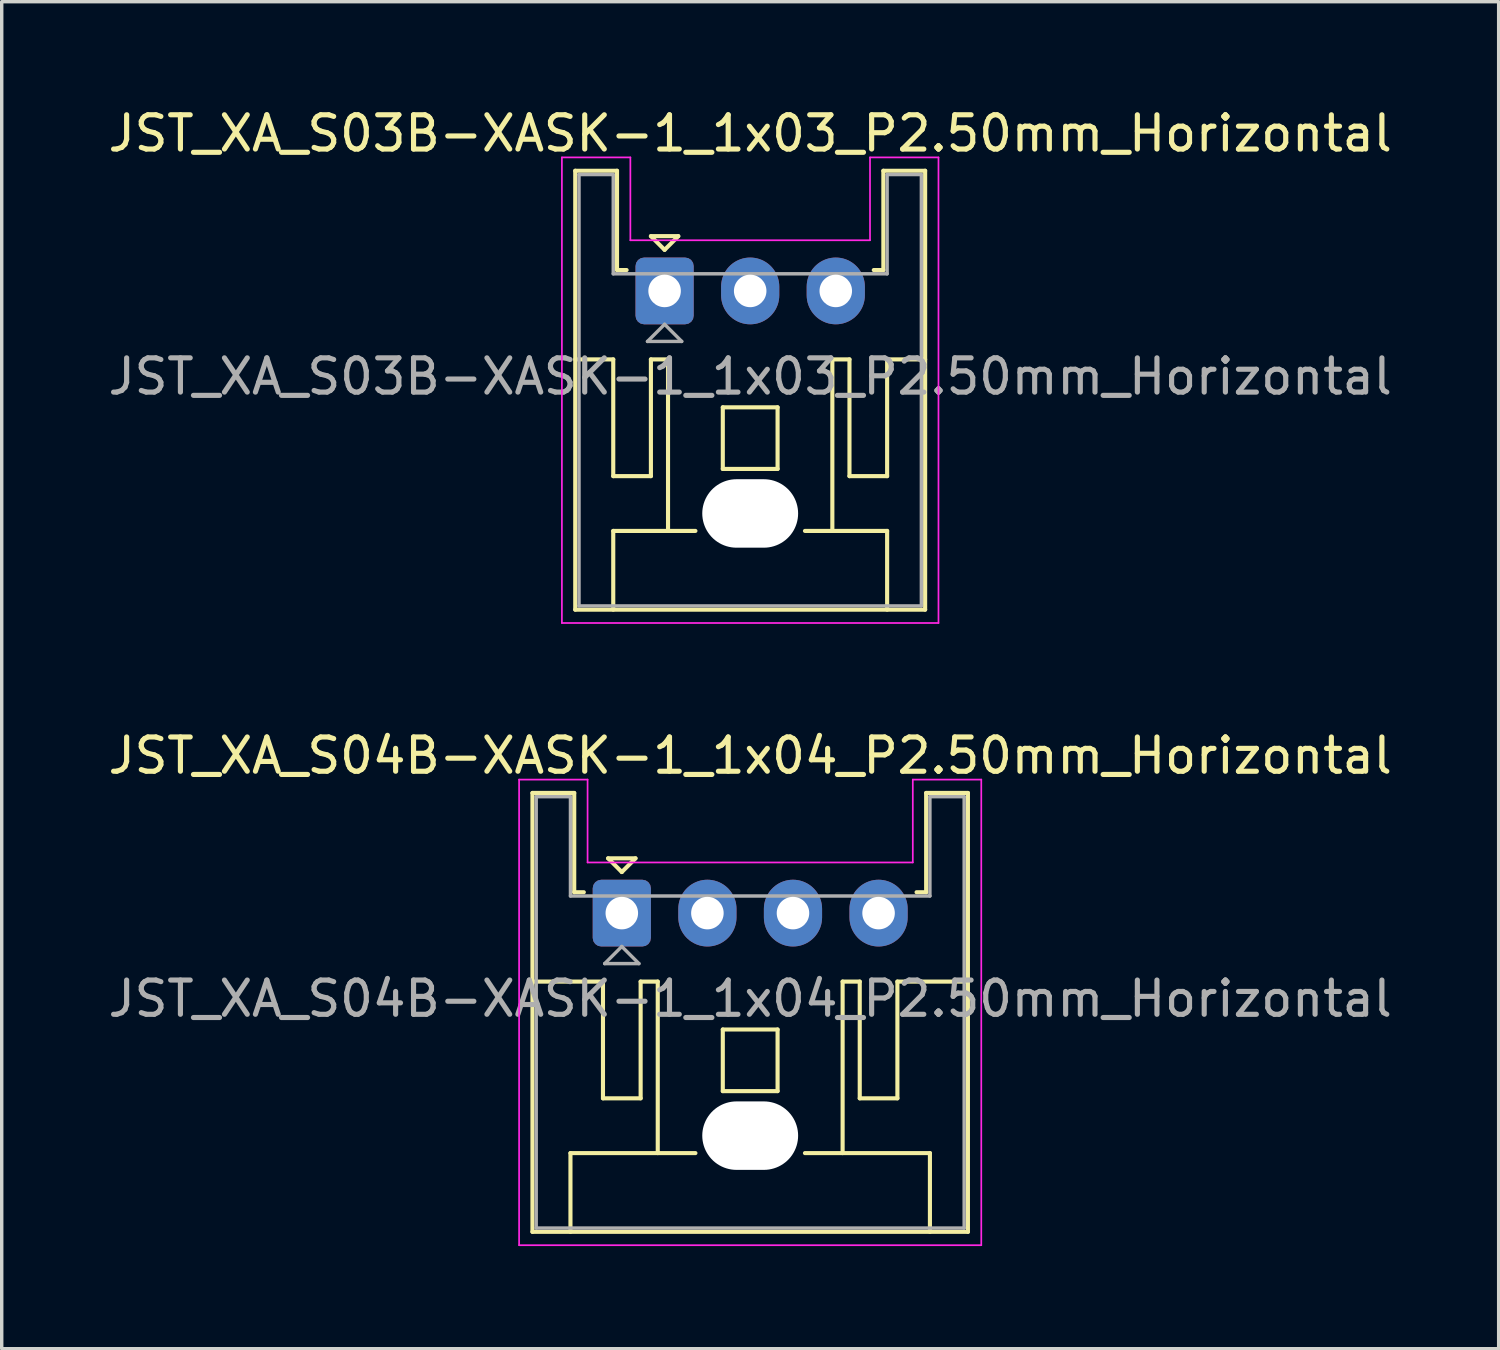
<source format=kicad_pcb>
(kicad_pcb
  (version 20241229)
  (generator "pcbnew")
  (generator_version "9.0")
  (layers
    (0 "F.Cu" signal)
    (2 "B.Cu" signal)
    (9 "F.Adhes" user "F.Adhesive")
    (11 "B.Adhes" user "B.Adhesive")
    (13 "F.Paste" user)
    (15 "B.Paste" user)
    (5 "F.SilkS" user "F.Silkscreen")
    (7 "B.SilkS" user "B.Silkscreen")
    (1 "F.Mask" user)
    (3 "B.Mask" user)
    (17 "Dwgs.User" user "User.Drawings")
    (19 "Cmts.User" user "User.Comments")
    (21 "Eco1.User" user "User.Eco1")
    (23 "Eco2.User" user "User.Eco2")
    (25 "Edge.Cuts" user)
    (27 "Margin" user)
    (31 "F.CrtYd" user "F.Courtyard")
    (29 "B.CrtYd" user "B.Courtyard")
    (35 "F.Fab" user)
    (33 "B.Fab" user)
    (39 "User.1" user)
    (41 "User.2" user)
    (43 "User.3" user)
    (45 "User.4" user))
  (footprint "JST_XA_S04B-XASK-1_1x04_P2.50mm_Horizontal"
    (layer "F.Cu")
    (at 15.113 23.622)
    (property "Reference" "JST_XA_S04B-XASK-1_1x04_P2.50mm_Horizontal" (at 3.75 -4.6 0) (layer "F.SilkS") (effects (font (size 1 1) (thickness 0.15))))
    (attr through_hole)
    (fp_line (start -2.61 -3.51) (end -2.61 9.31) (stroke (width 0.12) (type solid)) (layer "F.SilkS"))
    (fp_line (start -2.61 9.31) (end 10.11 9.31) (stroke (width 0.12) (type solid)) (layer "F.SilkS"))
    (fp_line (start -1.5 7.01) (end 2.15 7.01) (stroke (width 0.12) (type solid)) (layer "F.SilkS"))
    (fp_line (start -1.5 9.31) (end -1.5 7.01) (stroke (width 0.12) (type solid)) (layer "F.SilkS"))
    (fp_line (start -1.39 -3.51) (end -2.61 -3.51) (stroke (width 0.12) (type solid)) (layer "F.SilkS"))
    (fp_line (start -1.39 -0.61) (end -1.39 -3.51) (stroke (width 0.12) (type solid)) (layer "F.SilkS"))
    (fp_line (start -1.11 -0.61) (end -1.39 -0.61) (stroke (width 0.12) (type solid)) (layer "F.SilkS"))
    (fp_line (start -0.55 2) (end -2.61 2) (stroke (width 0.12) (type solid)) (layer "F.SilkS"))
    (fp_line (start -0.55 5.41) (end -0.55 2) (stroke (width 0.12) (type solid)) (layer "F.SilkS"))
    (fp_line (start -0.4 -1.6) (end 0.4 -1.6) (stroke (width 0.12) (type solid)) (layer "F.SilkS"))
    (fp_line (start 0 -1.2) (end -0.4 -1.6) (stroke (width 0.12) (type solid)) (layer "F.SilkS"))
    (fp_line (start 0.4 -1.6) (end 0 -1.2) (stroke (width 0.12) (type solid)) (layer "F.SilkS"))
    (fp_line (start 0.55 2) (end 0.55 5.41) (stroke (width 0.12) (type solid)) (layer "F.SilkS"))
    (fp_line (start 0.55 5.41) (end -0.55 5.41) (stroke (width 0.12) (type solid)) (layer "F.SilkS"))
    (fp_line (start 1.05 2) (end 0.55 2) (stroke (width 0.12) (type solid)) (layer "F.SilkS"))
    (fp_line (start 1.05 7.01) (end 1.05 2) (stroke (width 0.12) (type solid)) (layer "F.SilkS"))
    (fp_line (start 2.95 3.4) (end 4.55 3.4) (stroke (width 0.12) (type solid)) (layer "F.SilkS"))
    (fp_line (start 2.95 5.2) (end 2.95 3.4) (stroke (width 0.12) (type solid)) (layer "F.SilkS"))
    (fp_line (start 4.55 3.4) (end 4.55 5.2) (stroke (width 0.12) (type solid)) (layer "F.SilkS"))
    (fp_line (start 4.55 5.2) (end 2.95 5.2) (stroke (width 0.12) (type solid)) (layer "F.SilkS"))
    (fp_line (start 5.35 7.01) (end 9 7.01) (stroke (width 0.12) (type solid)) (layer "F.SilkS"))
    (fp_line (start 6.45 2) (end 6.95 2) (stroke (width 0.12) (type solid)) (layer "F.SilkS"))
    (fp_line (start 6.45 7.01) (end 6.45 2) (stroke (width 0.12) (type solid)) (layer "F.SilkS"))
    (fp_line (start 6.95 2) (end 6.95 5.41) (stroke (width 0.12) (type solid)) (layer "F.SilkS"))
    (fp_line (start 6.95 5.41) (end 8.05 5.41) (stroke (width 0.12) (type solid)) (layer "F.SilkS"))
    (fp_line (start 8.05 2) (end 10.11 2) (stroke (width 0.12) (type solid)) (layer "F.SilkS"))
    (fp_line (start 8.05 5.41) (end 8.05 2) (stroke (width 0.12) (type solid)) (layer "F.SilkS"))
    (fp_line (start 8.89 -3.51) (end 8.89 -0.61) (stroke (width 0.12) (type solid)) (layer "F.SilkS"))
    (fp_line (start 8.89 -0.61) (end 8.61 -0.61) (stroke (width 0.12) (type solid)) (layer "F.SilkS"))
    (fp_line (start 9 7.01) (end 9 9.31) (stroke (width 0.12) (type solid)) (layer "F.SilkS"))
    (fp_line (start 10.11 -3.51) (end 8.89 -3.51) (stroke (width 0.12) (type solid)) (layer "F.SilkS"))
    (fp_line (start 10.11 9.31) (end 10.11 -3.51) (stroke (width 0.12) (type solid)) (layer "F.SilkS"))
    (fp_line (start -3 -3.9) (end -3 9.7) (stroke (width 0.05) (type solid)) (layer "F.CrtYd"))
    (fp_line (start -3 9.7) (end 10.5 9.7) (stroke (width 0.05) (type solid)) (layer "F.CrtYd"))
    (fp_line (start -1 -3.9) (end -3 -3.9) (stroke (width 0.05) (type solid)) (layer "F.CrtYd"))
    (fp_line (start -1 -1.48) (end -1 -3.9) (stroke (width 0.05) (type solid)) (layer "F.CrtYd"))
    (fp_line (start 8.5 -3.9) (end 8.5 -1.48) (stroke (width 0.05) (type solid)) (layer "F.CrtYd"))
    (fp_line (start 8.5 -1.48) (end -1 -1.48) (stroke (width 0.05) (type solid)) (layer "F.CrtYd"))
    (fp_line (start 10.5 -3.9) (end 8.5 -3.9) (stroke (width 0.05) (type solid)) (layer "F.CrtYd"))
    (fp_line (start 10.5 9.7) (end 10.5 -3.9) (stroke (width 0.05) (type solid)) (layer "F.CrtYd"))
    (fp_line (start -2.5 -3.4) (end -2.5 9.2) (stroke (width 0.1) (type solid)) (layer "F.Fab"))
    (fp_line (start -2.5 9.2) (end 10 9.2) (stroke (width 0.1) (type solid)) (layer "F.Fab"))
    (fp_line (start -1.5 -3.4) (end -2.5 -3.4) (stroke (width 0.1) (type solid)) (layer "F.Fab"))
    (fp_line (start -1.5 -0.5) (end -1.5 -3.4) (stroke (width 0.1) (type solid)) (layer "F.Fab"))
    (fp_line (start -0.5 1.475) (end 0.5 1.475) (stroke (width 0.1) (type solid)) (layer "F.Fab"))
    (fp_line (start 0 0.975) (end -0.5 1.475) (stroke (width 0.1) (type solid)) (layer "F.Fab"))
    (fp_line (start 0.5 1.475) (end 0 0.975) (stroke (width 0.1) (type solid)) (layer "F.Fab"))
    (fp_line (start 9 -3.4) (end 9 -0.5) (stroke (width 0.1) (type solid)) (layer "F.Fab"))
    (fp_line (start 9 -0.5) (end -1.5 -0.5) (stroke (width 0.1) (type solid)) (layer "F.Fab"))
    (fp_line (start 10 -3.4) (end 9 -3.4) (stroke (width 0.1) (type solid)) (layer "F.Fab"))
    (fp_line (start 10 9.2) (end 10 -3.4) (stroke (width 0.1) (type solid)) (layer "F.Fab"))
    (fp_text user "${REFERENCE}" (at 3.75 2.5 0) (layer "F.Fab") (effects (font (size 1 1) (thickness 0.15))))
    (pad "" np_thru_hole oval (at 3.75 6.5) (size 2.8 2) (drill oval 2.8 2) (layers "*.Cu" "*.Mask"))
    (pad "1" thru_hole roundrect (at 0 0) (size 1.7 1.95) (drill 0.95) (layers "*.Cu" "*.Mask") (roundrect_rratio 0.147))
    (pad "2" thru_hole oval (at 2.5 0) (size 1.7 1.95) (drill 0.95) (layers "*.Cu" "*.Mask"))
    (pad "3" thru_hole oval (at 5 0) (size 1.7 1.95) (drill 0.95) (layers "*.Cu" "*.Mask"))
    (pad "4" thru_hole oval (at 7.5 0) (size 1.7 1.95) (drill 0.95) (layers "*.Cu" "*.Mask")))
  (footprint "JST_XA_S03B-XASK-1_1x03_P2.50mm_Horizontal"
    (layer "F.Cu")
    (at 16.363 5.448)
    (property "Reference" "JST_XA_S03B-XASK-1_1x03_P2.50mm_Horizontal" (at 2.5 -4.6 0) (layer "F.SilkS") (effects (font (size 1 1) (thickness 0.15))))
    (attr through_hole)
    (fp_line (start -2.61 -3.51) (end -2.61 9.31) (stroke (width 0.12) (type solid)) (layer "F.SilkS"))
    (fp_line (start -2.61 9.31) (end 7.61 9.31) (stroke (width 0.12) (type solid)) (layer "F.SilkS"))
    (fp_line (start -1.5 2) (end -2.61 2) (stroke (width 0.12) (type solid)) (layer "F.SilkS"))
    (fp_line (start -1.5 5.41) (end -1.5 2) (stroke (width 0.12) (type solid)) (layer "F.SilkS"))
    (fp_line (start -1.5 7.01) (end 0.9 7.01) (stroke (width 0.12) (type solid)) (layer "F.SilkS"))
    (fp_line (start -1.5 9.31) (end -1.5 7.01) (stroke (width 0.12) (type solid)) (layer "F.SilkS"))
    (fp_line (start -1.39 -3.51) (end -2.61 -3.51) (stroke (width 0.12) (type solid)) (layer "F.SilkS"))
    (fp_line (start -1.39 -0.61) (end -1.39 -3.51) (stroke (width 0.12) (type solid)) (layer "F.SilkS"))
    (fp_line (start -1.11 -0.61) (end -1.39 -0.61) (stroke (width 0.12) (type solid)) (layer "F.SilkS"))
    (fp_line (start -0.4 -1.6) (end 0.4 -1.6) (stroke (width 0.12) (type solid)) (layer "F.SilkS"))
    (fp_line (start -0.4 2) (end -0.4 5.41) (stroke (width 0.12) (type solid)) (layer "F.SilkS"))
    (fp_line (start -0.4 5.41) (end -1.5 5.41) (stroke (width 0.12) (type solid)) (layer "F.SilkS"))
    (fp_line (start 0 -1.2) (end -0.4 -1.6) (stroke (width 0.12) (type solid)) (layer "F.SilkS"))
    (fp_line (start 0.1 2) (end -0.4 2) (stroke (width 0.12) (type solid)) (layer "F.SilkS"))
    (fp_line (start 0.1 7.01) (end 0.1 2) (stroke (width 0.12) (type solid)) (layer "F.SilkS"))
    (fp_line (start 0.4 -1.6) (end 0 -1.2) (stroke (width 0.12) (type solid)) (layer "F.SilkS"))
    (fp_line (start 1.7 3.4) (end 3.3 3.4) (stroke (width 0.12) (type solid)) (layer "F.SilkS"))
    (fp_line (start 1.7 5.2) (end 1.7 3.4) (stroke (width 0.12) (type solid)) (layer "F.SilkS"))
    (fp_line (start 3.3 3.4) (end 3.3 5.2) (stroke (width 0.12) (type solid)) (layer "F.SilkS"))
    (fp_line (start 3.3 5.2) (end 1.7 5.2) (stroke (width 0.12) (type solid)) (layer "F.SilkS"))
    (fp_line (start 4.1 7.01) (end 6.5 7.01) (stroke (width 0.12) (type solid)) (layer "F.SilkS"))
    (fp_line (start 4.9 2) (end 5.4 2) (stroke (width 0.12) (type solid)) (layer "F.SilkS"))
    (fp_line (start 4.9 7.01) (end 4.9 2) (stroke (width 0.12) (type solid)) (layer "F.SilkS"))
    (fp_line (start 5.4 2) (end 5.4 5.41) (stroke (width 0.12) (type solid)) (layer "F.SilkS"))
    (fp_line (start 5.4 5.41) (end 6.5 5.41) (stroke (width 0.12) (type solid)) (layer "F.SilkS"))
    (fp_line (start 6.39 -3.51) (end 6.39 -0.61) (stroke (width 0.12) (type solid)) (layer "F.SilkS"))
    (fp_line (start 6.39 -0.61) (end 6.11 -0.61) (stroke (width 0.12) (type solid)) (layer "F.SilkS"))
    (fp_line (start 6.5 2) (end 7.61 2) (stroke (width 0.12) (type solid)) (layer "F.SilkS"))
    (fp_line (start 6.5 5.41) (end 6.5 2) (stroke (width 0.12) (type solid)) (layer "F.SilkS"))
    (fp_line (start 6.5 7.01) (end 6.5 9.31) (stroke (width 0.12) (type solid)) (layer "F.SilkS"))
    (fp_line (start 7.61 -3.51) (end 6.39 -3.51) (stroke (width 0.12) (type solid)) (layer "F.SilkS"))
    (fp_line (start 7.61 9.31) (end 7.61 -3.51) (stroke (width 0.12) (type solid)) (layer "F.SilkS"))
    (fp_line (start -3 -3.9) (end -3 9.7) (stroke (width 0.05) (type solid)) (layer "F.CrtYd"))
    (fp_line (start -3 9.7) (end 8 9.7) (stroke (width 0.05) (type solid)) (layer "F.CrtYd"))
    (fp_line (start -1 -3.9) (end -3 -3.9) (stroke (width 0.05) (type solid)) (layer "F.CrtYd"))
    (fp_line (start -1 -1.48) (end -1 -3.9) (stroke (width 0.05) (type solid)) (layer "F.CrtYd"))
    (fp_line (start 6 -3.9) (end 6 -1.48) (stroke (width 0.05) (type solid)) (layer "F.CrtYd"))
    (fp_line (start 6 -1.48) (end -1 -1.48) (stroke (width 0.05) (type solid)) (layer "F.CrtYd"))
    (fp_line (start 8 -3.9) (end 6 -3.9) (stroke (width 0.05) (type solid)) (layer "F.CrtYd"))
    (fp_line (start 8 9.7) (end 8 -3.9) (stroke (width 0.05) (type solid)) (layer "F.CrtYd"))
    (fp_line (start -2.5 -3.4) (end -2.5 9.2) (stroke (width 0.1) (type solid)) (layer "F.Fab"))
    (fp_line (start -2.5 9.2) (end 7.5 9.2) (stroke (width 0.1) (type solid)) (layer "F.Fab"))
    (fp_line (start -1.5 -3.4) (end -2.5 -3.4) (stroke (width 0.1) (type solid)) (layer "F.Fab"))
    (fp_line (start -1.5 -0.5) (end -1.5 -3.4) (stroke (width 0.1) (type solid)) (layer "F.Fab"))
    (fp_line (start -0.5 1.475) (end 0.5 1.475) (stroke (width 0.1) (type solid)) (layer "F.Fab"))
    (fp_line (start 0 0.975) (end -0.5 1.475) (stroke (width 0.1) (type solid)) (layer "F.Fab"))
    (fp_line (start 0.5 1.475) (end 0 0.975) (stroke (width 0.1) (type solid)) (layer "F.Fab"))
    (fp_line (start 6.5 -3.4) (end 6.5 -0.5) (stroke (width 0.1) (type solid)) (layer "F.Fab"))
    (fp_line (start 6.5 -0.5) (end -1.5 -0.5) (stroke (width 0.1) (type solid)) (layer "F.Fab"))
    (fp_line (start 7.5 -3.4) (end 6.5 -3.4) (stroke (width 0.1) (type solid)) (layer "F.Fab"))
    (fp_line (start 7.5 9.2) (end 7.5 -3.4) (stroke (width 0.1) (type solid)) (layer "F.Fab"))
    (fp_text user "${REFERENCE}" (at 2.5 2.5 0) (layer "F.Fab") (effects (font (size 1 1) (thickness 0.15))))
    (pad "" np_thru_hole oval (at 2.5 6.5) (size 2.8 2) (drill oval 2.8 2) (layers "*.Cu" "*.Mask"))
    (pad "1" thru_hole roundrect (at 0 0) (size 1.7 1.95) (drill 0.95) (layers "*.Cu" "*.Mask") (roundrect_rratio 0.147))
    (pad "2" thru_hole oval (at 2.5 0) (size 1.7 1.95) (drill 0.95) (layers "*.Cu" "*.Mask"))
    (pad "3" thru_hole oval (at 5 0) (size 1.7 1.95) (drill 0.95) (layers "*.Cu" "*.Mask")))
  (gr_rect
    (start -3 -3)
    (end 40.726 36.346)
    (stroke (width 0.1) (type default))
    (fill no)
    (layer "Edge.Cuts")))
</source>
